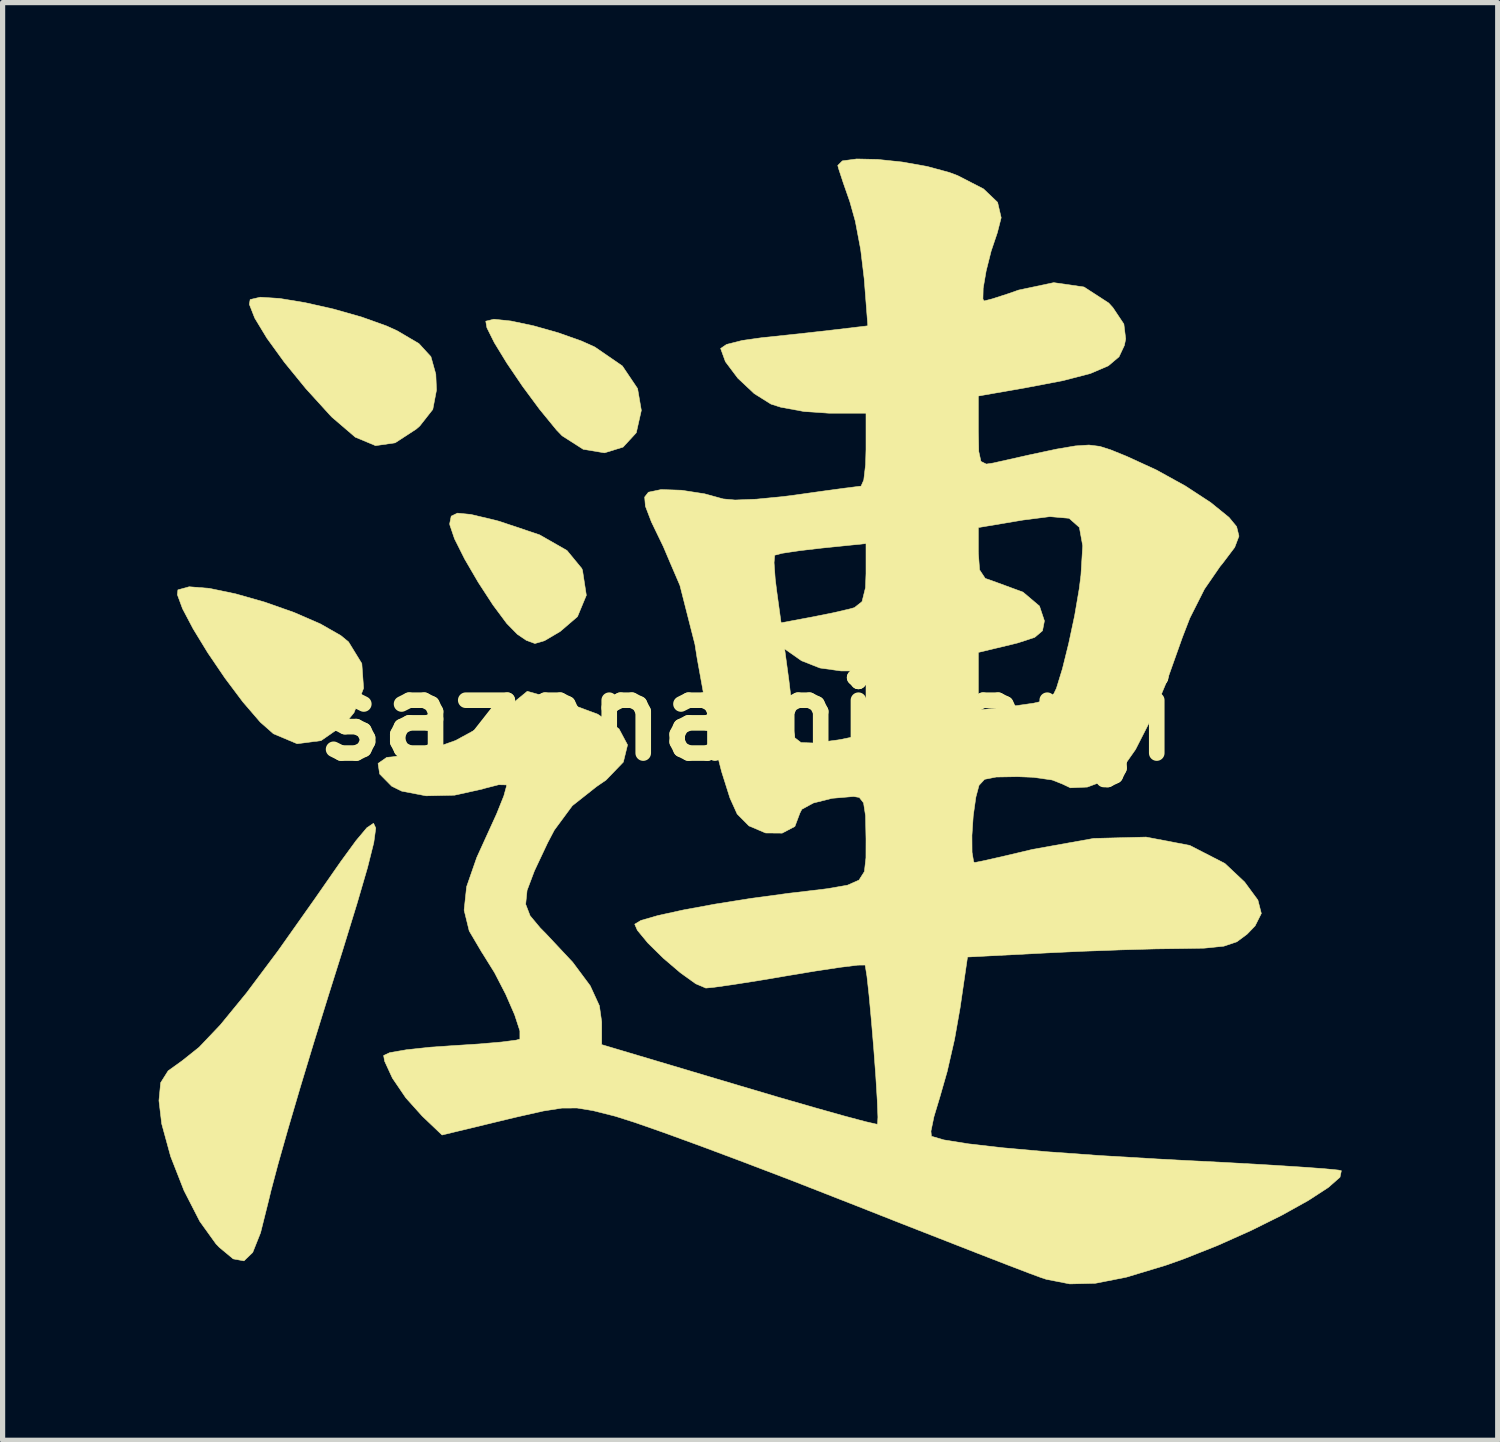
<source format=kicad_pcb>
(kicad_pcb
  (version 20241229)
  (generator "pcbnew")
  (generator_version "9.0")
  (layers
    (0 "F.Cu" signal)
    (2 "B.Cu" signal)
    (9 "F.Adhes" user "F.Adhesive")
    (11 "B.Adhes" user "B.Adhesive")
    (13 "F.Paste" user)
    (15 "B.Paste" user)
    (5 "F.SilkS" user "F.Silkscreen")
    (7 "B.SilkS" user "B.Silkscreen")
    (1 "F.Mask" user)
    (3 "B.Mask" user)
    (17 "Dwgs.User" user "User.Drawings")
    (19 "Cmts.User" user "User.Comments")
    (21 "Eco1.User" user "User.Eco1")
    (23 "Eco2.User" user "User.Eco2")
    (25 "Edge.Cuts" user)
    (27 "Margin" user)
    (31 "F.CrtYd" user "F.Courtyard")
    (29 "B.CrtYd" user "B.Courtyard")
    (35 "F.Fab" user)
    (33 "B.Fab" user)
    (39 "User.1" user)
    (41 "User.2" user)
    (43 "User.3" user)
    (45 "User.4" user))
  (footprint "sazanamiKanji"
    (layer "F.Cu")
    (at 11.308 10.734)
    (property "Reference" "sazanamiKanji" (at 0 0 0) (layer "F.SilkS") (effects (font (size 1.524 1.524) (thickness 0.3))))
    (attr through_hole)
    (fp_poly (pts (xy -4.536 -7.614) (xy -4.102 -7.522) (xy -3.628 -7.388) (xy -3.18 -7.229) (xy -2.925 -7.114) (xy -2.397 -6.751) (xy -2.104 -6.316) (xy -2.032 -5.897) (xy -2.129 -5.467) (xy -2.383 -5.191) (xy -2.74 -5.081) (xy -3.149 -5.149) (xy -3.554 -5.408) (xy -3.662 -5.52) (xy -3.987 -5.917) (xy -4.317 -6.363) (xy -4.618 -6.807) (xy -4.857 -7.198) (xy -5 -7.485) (xy -5.022 -7.611) (xy -4.865 -7.649) (xy -4.536 -7.614)) (stroke (width 0.01) (type solid)) (fill yes) (layer "F.SilkS"))
    (fp_poly (pts (xy -10.334 -2.476) (xy -9.83 -2.371) (xy -9.268 -2.211) (xy -8.706 -2.013) (xy -8.2 -1.793) (xy -7.809 -1.57) (xy -7.66 -1.448) (xy -7.404 -1.031) (xy -7.37 -0.557) (xy -7.554 -0.087) (xy -7.737 0.137) (xy -8.187 0.45) (xy -8.647 0.51) (xy -9.102 0.319) (xy -9.356 0.095) (xy -9.69 -0.293) (xy -10.035 -0.753) (xy -10.364 -1.237) (xy -10.645 -1.697) (xy -10.85 -2.086) (xy -10.949 -2.355) (xy -10.939 -2.447) (xy -10.722 -2.507) (xy -10.334 -2.476)) (stroke (width 0.01) (type solid)) (fill yes) (layer "F.SilkS"))
    (fp_poly (pts (xy -5.309 -3.897) (xy -4.866 -3.792) (xy -4.763 -3.765) (xy -3.988 -3.505) (xy -3.461 -3.204) (xy -3.177 -2.859) (xy -3.163 -2.825) (xy -3.089 -2.343) (xy -3.259 -1.933) (xy -3.591 -1.648) (xy -3.893 -1.47) (xy -4.077 -1.416) (xy -4.243 -1.477) (xy -4.414 -1.593) (xy -4.619 -1.802) (xy -4.884 -2.158) (xy -5.167 -2.593) (xy -5.427 -3.039) (xy -5.623 -3.43) (xy -5.713 -3.696) (xy -5.715 -3.722) (xy -5.686 -3.864) (xy -5.566 -3.922) (xy -5.309 -3.897)) (stroke (width 0.01) (type solid)) (fill yes) (layer "F.SilkS"))
    (fp_poly (pts (xy -8.983 -8.048) (xy -8.493 -7.967) (xy -7.947 -7.844) (xy -7.405 -7.69) (xy -6.93 -7.52) (xy -6.727 -7.428) (xy -6.307 -7.181) (xy -6.076 -6.929) (xy -5.982 -6.592) (xy -5.969 -6.287) (xy -6.04 -5.915) (xy -6.29 -5.597) (xy -6.36 -5.536) (xy -6.764 -5.273) (xy -7.14 -5.219) (xy -7.53 -5.382) (xy -7.979 -5.767) (xy -8.02 -5.81) (xy -8.481 -6.317) (xy -8.893 -6.822) (xy -9.229 -7.286) (xy -9.462 -7.671) (xy -9.566 -7.936) (xy -9.55 -8.027) (xy -9.356 -8.072) (xy -8.983 -8.048)) (stroke (width 0.01) (type solid)) (fill yes) (layer "F.SilkS"))
    (fp_poly (pts (xy -7.136 2.131) (xy -7.174 2.41) (xy -7.294 2.889) (xy -7.495 3.578) (xy -7.775 4.488) (xy -8.047 5.352) (xy -8.323 6.241) (xy -8.586 7.109) (xy -8.821 7.908) (xy -9.014 8.588) (xy -9.15 9.101) (xy -9.196 9.292) (xy -9.35 9.908) (xy -9.501 10.287) (xy -9.669 10.449) (xy -9.876 10.411) (xy -10.143 10.189) (xy -10.206 10.124) (xy -10.518 9.69) (xy -10.821 9.099) (xy -11.078 8.443) (xy -11.25 7.815) (xy -11.303 7.369) (xy -11.27 7.024) (xy -11.127 6.797) (xy -10.857 6.603) (xy -10.532 6.344) (xy -10.123 5.914) (xy -9.621 5.301) (xy -9.015 4.492) (xy -8.296 3.475) (xy -8.191 3.324) (xy -7.811 2.778) (xy -7.516 2.374) (xy -7.306 2.124) (xy -7.179 2.039) (xy -7.136 2.131)) (stroke (width 0.01) (type solid)) (fill yes) (layer "F.SilkS"))
    (fp_poly (pts (xy 2.511 -10.72) (xy 2.983 -10.67) (xy 3.462 -10.585) (xy 3.889 -10.469) (xy 4.046 -10.41) (xy 4.544 -10.154) (xy 4.815 -9.896) (xy 4.884 -9.6) (xy 4.81 -9.311) (xy 4.691 -8.958) (xy 4.595 -8.577) (xy 4.538 -8.244) (xy 4.533 -8.035) (xy 4.557 -8) (xy 4.713 -8.04) (xy 5.022 -8.14) (xy 5.219 -8.209) (xy 5.894 -8.352) (xy 6.476 -8.268) (xy 6.95 -7.961) (xy 7.031 -7.872) (xy 7.242 -7.556) (xy 7.277 -7.27) (xy 7.252 -7.146) (xy 7.149 -6.927) (xy 6.943 -6.753) (xy 6.597 -6.605) (xy 6.073 -6.469) (xy 5.366 -6.334) (xy 4.445 -6.173) (xy 4.445 -5.497) (xy 4.453 -5.108) (xy 4.495 -4.916) (xy 4.597 -4.865) (xy 4.731 -4.885) (xy 5.44 -5.044) (xy 5.951 -5.153) (xy 6.311 -5.214) (xy 6.571 -5.231) (xy 6.78 -5.205) (xy 6.987 -5.139) (xy 7.241 -5.036) (xy 7.295 -5.014) (xy 7.866 -4.752) (xy 8.424 -4.444) (xy 8.909 -4.127) (xy 9.263 -3.84) (xy 9.409 -3.663) (xy 9.454 -3.48) (xy 9.372 -3.264) (xy 9.134 -2.949) (xy 9.092 -2.899) (xy 8.791 -2.462) (xy 8.51 -1.905) (xy 8.368 -1.538) (xy 8.062 -0.678) (xy 7.755 0.055) (xy 7.466 0.621) (xy 7.217 0.976) (xy 6.905 1.207) (xy 6.54 1.343) (xy 6.214 1.357) (xy 6.058 1.283) (xy 5.861 1.206) (xy 5.501 1.155) (xy 5.197 1.143) (xy 4.788 1.15) (xy 4.565 1.194) (xy 4.458 1.31) (xy 4.399 1.53) (xy 4.397 1.54) (xy 4.347 1.894) (xy 4.322 2.273) (xy 4.324 2.595) (xy 4.355 2.778) (xy 4.373 2.794) (xy 4.514 2.766) (xy 4.841 2.693) (xy 5.293 2.587) (xy 5.485 2.541) (xy 6.662 2.33) (xy 7.669 2.304) (xy 8.508 2.464) (xy 9.182 2.81) (xy 9.562 3.167) (xy 9.818 3.515) (xy 9.884 3.772) (xy 9.764 4.011) (xy 9.612 4.169) (xy 9.413 4.317) (xy 9.163 4.401) (xy 8.788 4.439) (xy 8.374 4.446) (xy 7.857 4.453) (xy 7.181 4.472) (xy 6.439 4.499) (xy 5.833 4.527) (xy 4.237 4.609) (xy 4.094 5.589) (xy 3.988 6.19) (xy 3.847 6.807) (xy 3.709 7.289) (xy 3.592 7.677) (xy 3.534 7.956) (xy 3.543 8.054) (xy 3.782 8.124) (xy 4.25 8.199) (xy 4.92 8.276) (xy 5.767 8.352) (xy 6.766 8.424) (xy 7.891 8.491) (xy 8.382 8.517) (xy 9.226 8.56) (xy 9.982 8.603) (xy 10.614 8.643) (xy 11.087 8.677) (xy 11.364 8.704) (xy 11.422 8.716) (xy 11.396 8.841) (xy 11.172 9.038) (xy 10.786 9.289) (xy 10.277 9.572) (xy 9.683 9.867) (xy 9.041 10.154) (xy 8.388 10.413) (xy 8.046 10.534) (xy 7.288 10.763) (xy 6.694 10.88) (xy 6.203 10.892) (xy 5.752 10.804) (xy 5.652 10.771) (xy 5.438 10.692) (xy 5.022 10.533) (xy 4.437 10.306) (xy 3.716 10.024) (xy 2.892 9.702) (xy 2 9.35) (xy 1.772 9.261) (xy 0.839 8.896) (xy -0.06 8.553) (xy -0.885 8.244) (xy -1.598 7.984) (xy -2.159 7.788) (xy -2.53 7.67) (xy -2.569 7.66) (xy -2.963 7.561) (xy -3.268 7.511) (xy -3.561 7.513) (xy -3.918 7.569) (xy -4.418 7.682) (xy -4.636 7.734) (xy -5.862 8.03) (xy -6.244 7.666) (xy -6.558 7.316) (xy -6.816 6.937) (xy -6.966 6.611) (xy -6.985 6.502) (xy -6.867 6.447) (xy -6.549 6.392) (xy -6.084 6.342) (xy -5.705 6.316) (xy -5.162 6.281) (xy -4.721 6.243) (xy -4.439 6.207) (xy -4.366 6.187) (xy -4.366 6.029) (xy -4.467 5.719) (xy -4.639 5.324) (xy -4.853 4.91) (xy -5.08 4.545) (xy -5.1 4.515) (xy -5.34 4.108) (xy -5.438 3.708) (xy -5.39 3.258) (xy -5.195 2.697) (xy -5.013 2.297) (xy -4.813 1.858) (xy -4.675 1.514) (xy -4.622 1.321) (xy -4.626 1.301) (xy -4.774 1.298) (xy -5.055 1.37) (xy -5.092 1.382) (xy -5.622 1.499) (xy -6.17 1.511) (xy -6.638 1.421) (xy -6.83 1.326) (xy -7.061 1.092) (xy -7.092 0.889) (xy -6.925 0.772) (xy -6.815 0.762) (xy -6.241 0.676) (xy -5.6 0.447) (xy -4.998 0.118) (xy -4.773 -0.048) (xy -4.224 -0.498) (xy -3.516 -0.297) (xy -2.869 -0.057) (xy -2.462 0.223) (xy -2.297 0.532) (xy -2.378 0.863) (xy -2.709 1.207) (xy -2.892 1.333) (xy -3.359 1.702) (xy -3.705 2.171) (xy -3.832 2.413) (xy -4.087 2.954) (xy -4.228 3.328) (xy -4.255 3.595) (xy -4.17 3.816) (xy -3.975 4.05) (xy -3.869 4.157) (xy -3.35 4.711) (xy -3.015 5.161) (xy -2.838 5.546) (xy -2.794 5.857) (xy -2.794 6.293) (xy -0.163 7.077) (xy 0.61 7.306) (xy 1.297 7.504) (xy 1.862 7.663) (xy 2.27 7.772) (xy 2.484 7.821) (xy 2.508 7.821) (xy 2.515 7.686) (xy 2.502 7.36) (xy 2.474 6.902) (xy 2.435 6.374) (xy 2.39 5.837) (xy 2.345 5.351) (xy 2.304 4.978) (xy 2.272 4.779) (xy 2.265 4.763) (xy 2.129 4.765) (xy 1.796 4.806) (xy 1.317 4.878) (xy 0.824 4.96) (xy 0.239 5.059) (xy -0.269 5.139) (xy -0.637 5.191) (xy -0.792 5.206) (xy -0.987 5.123) (xy -1.281 4.912) (xy -1.609 4.632) (xy -1.907 4.339) (xy -2.109 4.094) (xy -2.159 3.978) (xy -2.04 3.906) (xy -1.713 3.812) (xy -1.221 3.704) (xy -0.607 3.591) (xy 0.085 3.481) (xy 0.811 3.383) (xy 0.953 3.367) (xy 1.544 3.296) (xy 1.929 3.229) (xy 2.151 3.131) (xy 2.255 2.967) (xy 2.285 2.703) (xy 2.286 2.339) (xy 2.277 1.894) (xy 2.239 1.647) (xy 2.157 1.542) (xy 2.048 1.524) (xy 1.633 1.559) (xy 1.275 1.649) (xy 1.053 1.77) (xy 1.016 1.842) (xy 0.919 2.1) (xy 0.675 2.228) (xy 0.356 2.225) (xy 0.036 2.089) (xy -0.19 1.861) (xy -0.329 1.553) (xy -0.489 1.047) (xy -0.656 0.395) (xy -0.818 -0.35) (xy -0.96 -1.135) (xy -0.988 -1.313) (xy 0.722 -1.313) (xy 0.805 -0.702) (xy 0.856 -0.27) (xy 0.886 0.102) (xy 0.889 0.208) (xy 0.917 0.395) (xy 1.036 0.487) (xy 1.296 0.497) (xy 1.748 0.437) (xy 1.81 0.426) (xy 2.094 0.368) (xy 2.234 0.266) (xy 2.281 0.045) (xy 2.286 -0.271) (xy 2.286 -0.889) (xy 1.806 -0.889) (xy 1.399 -0.946) (xy 1.049 -1.084) (xy 1.024 -1.101) (xy 0.722 -1.313) (xy -0.988 -1.313) (xy -1.001 -1.397) (xy -1.29 -2.532) (xy -1.478 -2.97) (xy 0.519 -2.97) (xy 0.541 -2.66) (xy 0.568 -2.439) (xy 0.654 -1.814) (xy 1.248 -1.925) (xy 1.653 -2.006) (xy 1.979 -2.082) (xy 2.064 -2.106) (xy 2.21 -2.222) (xy 2.276 -2.489) (xy 2.286 -2.757) (xy 2.286 -3.337) (xy 1.433 -3.25) (xy 0.996 -3.199) (xy 0.672 -3.15) (xy 0.531 -3.113) (xy 0.519 -2.97) (xy -1.478 -2.97) (xy -1.61 -3.281) (xy -1.786 -3.645) (xy 4.445 -3.645) (xy 4.445 -3.159) (xy 4.469 -2.831) (xy 4.577 -2.668) (xy 4.794 -2.591) (xy 5.303 -2.404) (xy 5.62 -2.136) (xy 5.715 -1.851) (xy 5.678 -1.661) (xy 5.528 -1.534) (xy 5.204 -1.428) (xy 5.08 -1.397) (xy 4.445 -1.245) (xy 4.445 -0.139) (xy 5.112 -0.213) (xy 5.501 -0.268) (xy 5.777 -0.331) (xy 5.855 -0.366) (xy 5.946 -0.556) (xy 6.061 -0.93) (xy 6.182 -1.418) (xy 6.296 -1.953) (xy 6.384 -2.468) (xy 6.417 -2.731) (xy 6.451 -3.295) (xy 6.387 -3.648) (xy 6.189 -3.823) (xy 5.82 -3.855) (xy 5.302 -3.789) (xy 4.445 -3.645) (xy -1.786 -3.645) (xy -1.839 -3.755) (xy -1.954 -4.056) (xy -1.968 -4.231) (xy -1.896 -4.324) (xy -1.652 -4.375) (xy -1.26 -4.362) (xy -0.815 -4.293) (xy -0.459 -4.195) (xy -0.23 -4.174) (xy 0.177 -4.19) (xy 0.692 -4.24) (xy 0.938 -4.272) (xy 1.457 -4.345) (xy 1.878 -4.402) (xy 2.139 -4.435) (xy 2.191 -4.441) (xy 2.243 -4.558) (xy 2.278 -4.856) (xy 2.286 -5.144) (xy 2.286 -5.842) (xy 1.583 -5.842) (xy 1.097 -5.875) (xy 0.643 -5.959) (xy 0.459 -6.018) (xy 0.138 -6.219) (xy -0.178 -6.516) (xy -0.416 -6.833) (xy -0.508 -7.087) (xy -0.393 -7.165) (xy -0.091 -7.241) (xy 0.286 -7.294) (xy 0.839 -7.352) (xy 1.404 -7.414) (xy 1.7 -7.448) (xy 2.321 -7.522) (xy 2.251 -8.428) (xy 2.184 -8.986) (xy 2.08 -9.535) (xy 1.976 -9.906) (xy 1.849 -10.27) (xy 1.761 -10.538) (xy 1.743 -10.604) (xy 1.831 -10.692) (xy 2.107 -10.729) (xy 2.511 -10.72)) (stroke (width 0.01) (type solid)) (fill yes) (layer "F.SilkS")))
  (gr_rect
    (start -3 -3)
    (end 25.735 24.631)
    (stroke (width 0.1) (type default))
    (fill no)
    (layer "Edge.Cuts")))
</source>
